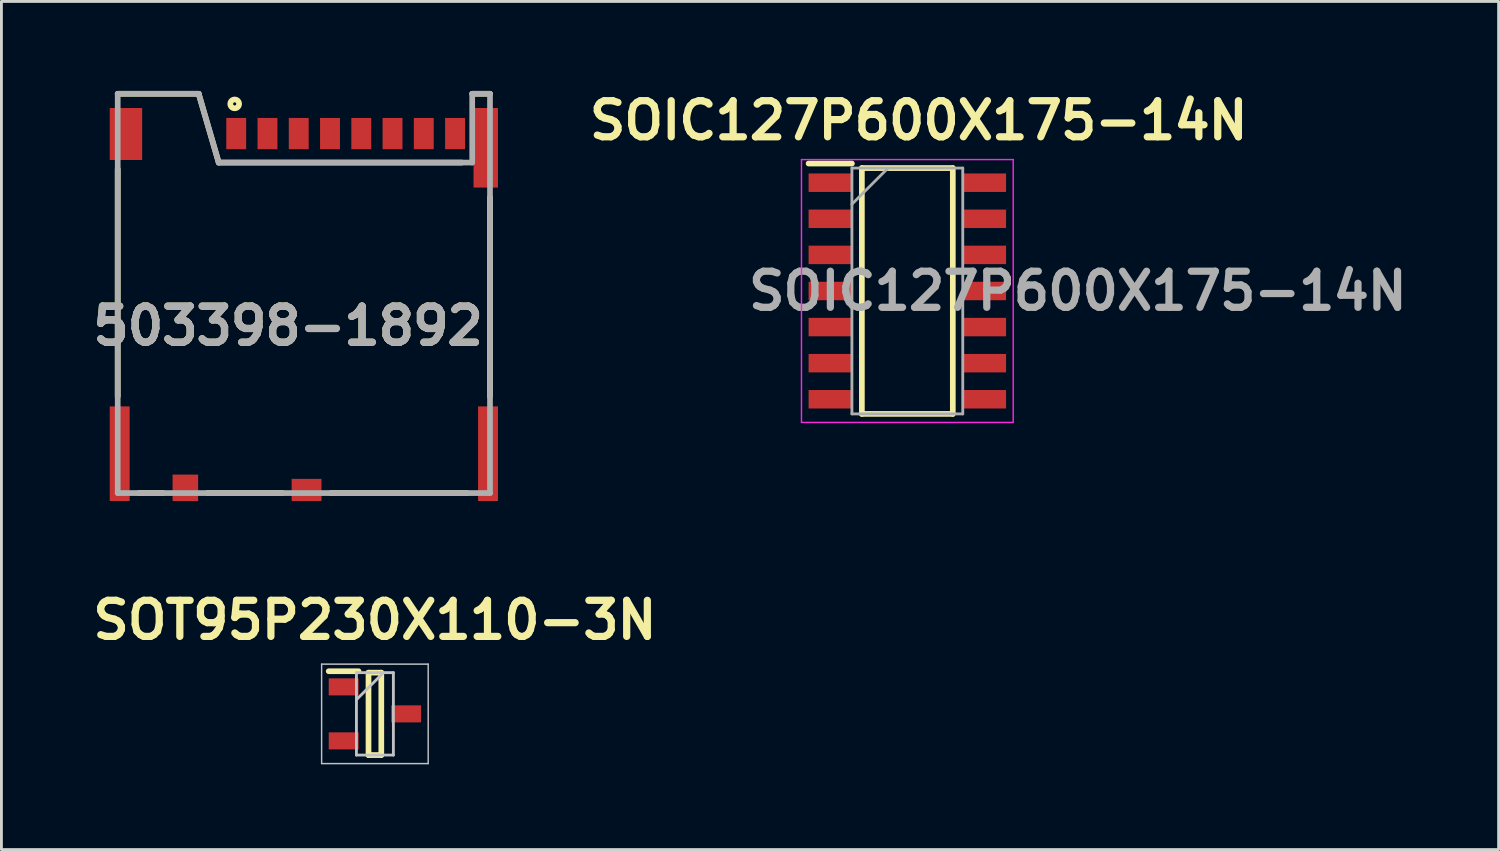
<source format=kicad_pcb>
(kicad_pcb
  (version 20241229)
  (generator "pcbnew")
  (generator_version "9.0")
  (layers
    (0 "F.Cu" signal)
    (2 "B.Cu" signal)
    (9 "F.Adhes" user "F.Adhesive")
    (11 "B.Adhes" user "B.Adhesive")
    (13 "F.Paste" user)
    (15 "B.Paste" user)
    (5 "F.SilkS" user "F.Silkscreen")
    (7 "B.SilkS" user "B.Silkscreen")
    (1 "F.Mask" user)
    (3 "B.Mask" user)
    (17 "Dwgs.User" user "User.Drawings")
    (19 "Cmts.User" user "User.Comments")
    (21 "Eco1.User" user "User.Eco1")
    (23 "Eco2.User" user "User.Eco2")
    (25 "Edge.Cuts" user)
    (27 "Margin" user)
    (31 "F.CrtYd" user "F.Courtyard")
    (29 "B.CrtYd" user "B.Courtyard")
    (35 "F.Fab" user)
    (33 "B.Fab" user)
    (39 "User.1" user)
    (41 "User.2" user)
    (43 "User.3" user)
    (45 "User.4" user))
  (footprint "SOT95P230X110-3N"
    (layer "F.Cu")
    (at 10.142 22.069)
    (property "Reference" "SOT95P230X110-3N" (at 0 -3.3 0) (layer "F.SilkS") (effects (font (size 1.27 1.27) (thickness 0.254))))
    (attr smd)
    (fp_line (start -1.625 -1.5) (end -0.575 -1.5) (stroke (width 0.2) (type solid)) (layer "F.SilkS"))
    (fp_line (start -0.225 -1.45) (end 0.225 -1.45) (stroke (width 0.2) (type solid)) (layer "F.SilkS"))
    (fp_line (start -0.225 1.45) (end -0.225 -1.45) (stroke (width 0.2) (type solid)) (layer "F.SilkS"))
    (fp_line (start 0.225 -1.45) (end 0.225 1.45) (stroke (width 0.2) (type solid)) (layer "F.SilkS"))
    (fp_line (start 0.225 1.45) (end -0.225 1.45) (stroke (width 0.2) (type solid)) (layer "F.SilkS"))
    (fp_line (start -1.875 -1.75) (end 1.875 -1.75) (stroke (width 0.05) (type solid)) (layer "Dwgs.User"))
    (fp_line (start -1.875 1.75) (end -1.875 -1.75) (stroke (width 0.05) (type solid)) (layer "Dwgs.User"))
    (fp_line (start -0.65 -1.45) (end 0.65 -1.45) (stroke (width 0.1) (type solid)) (layer "Dwgs.User"))
    (fp_line (start -0.65 -0.5) (end 0.3 -1.45) (stroke (width 0.1) (type solid)) (layer "Dwgs.User"))
    (fp_line (start -0.65 1.45) (end -0.65 -1.45) (stroke (width 0.1) (type solid)) (layer "Dwgs.User"))
    (fp_line (start 0.65 -1.45) (end 0.65 1.45) (stroke (width 0.1) (type solid)) (layer "Dwgs.User"))
    (fp_line (start 0.65 1.45) (end -0.65 1.45) (stroke (width 0.1) (type solid)) (layer "Dwgs.User"))
    (fp_line (start 1.875 -1.75) (end 1.875 1.75) (stroke (width 0.05) (type solid)) (layer "Dwgs.User"))
    (fp_line (start 1.875 1.75) (end -1.875 1.75) (stroke (width 0.05) (type solid)) (layer "Dwgs.User"))
    (pad "1" smd rect (at -1.1 -0.95 90) (size 0.6 1.05) (layers "F.Cu" "F.Mask" "F.Paste"))
    (pad "2" smd rect (at -1.1 0.95 90) (size 0.6 1.05) (layers "F.Cu" "F.Mask" "F.Paste"))
    (pad "3" smd rect (at 1.1 0 90) (size 0.6 1.05) (layers "F.Cu" "F.Mask" "F.Paste")))
  (footprint "503398-1892"
    (layer "F.Cu")
    (at 1.092 0.25)
    (property "Reference" "503398-1892" (at 5.996 8.167 0) (layer "F.SilkS") (effects (font (size 1.27 1.27) (thickness 0.254))))
    (attr smd)
    (fp_line (start 0 0) (end 2.849 0) (stroke (width 0.2) (type solid)) (layer "F.SilkS"))
    (fp_line (start 0 2.65) (end 0 10.648) (stroke (width 0.2) (type solid)) (layer "F.SilkS"))
    (fp_line (start 0.74 14.05) (end 1.6 14.05) (stroke (width 0.2) (type solid)) (layer "F.SilkS"))
    (fp_line (start 2.849 0) (end 3.554 2.42) (stroke (width 0.2) (type solid)) (layer "F.SilkS"))
    (fp_line (start 3.15 14.05) (end 5.8 14.05) (stroke (width 0.2) (type solid)) (layer "F.SilkS"))
    (fp_line (start 3.554 2.42) (end 12.109 2.42) (stroke (width 0.2) (type solid)) (layer "F.SilkS"))
    (fp_line (start 7.5 14.05) (end 12.3 14.05) (stroke (width 0.2) (type solid)) (layer "F.SilkS"))
    (fp_line (start 13.1 0) (end 12.474 0) (stroke (width 0.2) (type solid)) (layer "F.SilkS"))
    (fp_line (start 13.1 3.65) (end 13.1 10.65) (stroke (width 0.2) (type solid)) (layer "F.SilkS"))
    (fp_circle (center 4.116 0.356) (end 4.116 0.411) (stroke (width 0.2) (type solid)) (fill no) (layer "F.SilkS"))
    (fp_line (start 0 0) (end 0 14.05) (stroke (width 0.2) (type solid)) (layer "F.Fab"))
    (fp_line (start 0 0) (end 2.849 0) (stroke (width 0.2) (type solid)) (layer "F.Fab"))
    (fp_line (start 0 14.05) (end 13.1 14.05) (stroke (width 0.2) (type solid)) (layer "F.Fab"))
    (fp_line (start 2.849 0) (end 3.554 2.42) (stroke (width 0.2) (type solid)) (layer "F.Fab"))
    (fp_line (start 12.474 0) (end 12.474 2.42) (stroke (width 0.2) (type solid)) (layer "F.Fab"))
    (fp_line (start 12.474 2.42) (end 3.554 2.42) (stroke (width 0.2) (type solid)) (layer "F.Fab"))
    (fp_line (start 13.1 0) (end 12.474 0) (stroke (width 0.2) (type solid)) (layer "F.Fab"))
    (fp_line (start 13.1 14.05) (end 13.1 0) (stroke (width 0.2) (type solid)) (layer "F.Fab"))
    (fp_text user "${REFERENCE}" (at 5.996 8.167 0) (layer "F.Fab") (effects (font (size 1.27 1.27) (thickness 0.254))))
    (pad "1" smd rect (at 4.17 1.4) (size 0.7 1.1) (layers "F.Cu" "F.Mask" "F.Paste"))
    (pad "2" smd rect (at 5.27 1.4) (size 0.7 1.1) (layers "F.Cu" "F.Mask" "F.Paste"))
    (pad "3" smd rect (at 6.37 1.4) (size 0.7 1.1) (layers "F.Cu" "F.Mask" "F.Paste"))
    (pad "4" smd rect (at 7.47 1.4) (size 0.7 1.1) (layers "F.Cu" "F.Mask" "F.Paste"))
    (pad "5" smd rect (at 8.57 1.4) (size 0.7 1.1) (layers "F.Cu" "F.Mask" "F.Paste"))
    (pad "6" smd rect (at 9.67 1.4) (size 0.7 1.1) (layers "F.Cu" "F.Mask" "F.Paste"))
    (pad "7" smd rect (at 10.77 1.4) (size 0.7 1.1) (layers "F.Cu" "F.Mask" "F.Paste"))
    (pad "8" smd rect (at 11.87 1.4) (size 0.7 1.1) (layers "F.Cu" "F.Mask" "F.Paste"))
    (pad "9" smd rect (at 2.38 13.865) (size 0.9 0.93) (layers "F.Cu" "F.Mask" "F.Paste"))
    (pad "10" smd rect (at 6.645 13.94 90) (size 0.78 1.05) (layers "F.Cu" "F.Mask" "F.Paste"))
    (pad "11" smd rect (at 13.03 12.665) (size 0.7 3.33) (layers "F.Cu" "F.Mask" "F.Paste"))
    (pad "12" smd rect (at 12.95 1.9) (size 0.86 2.8) (layers "F.Cu" "F.Mask" "F.Paste"))
    (pad "13" smd rect (at 0.29 1.415) (size 1.14 1.83) (layers "F.Cu" "F.Mask" "F.Paste"))
    (pad "14" smd rect (at 0.07 12.665) (size 0.7 3.33) (layers "F.Cu" "F.Mask" "F.Paste")))
  (footprint "SOIC127P600X175-14N"
    (layer "F.Cu")
    (at 28.877 7.189)
    (property "Reference" "SOIC127P600X175-14N" (at 0.4 -6 0) (layer "F.SilkS") (effects (font (size 1.27 1.27) (thickness 0.254))))
    (attr smd)
    (fp_line (start -3.475 -4.485) (end -1.95 -4.485) (stroke (width 0.2) (type solid)) (layer "F.SilkS"))
    (fp_line (start -1.6 -4.325) (end 1.6 -4.325) (stroke (width 0.2) (type solid)) (layer "F.SilkS"))
    (fp_line (start -1.6 4.325) (end -1.6 -4.325) (stroke (width 0.2) (type solid)) (layer "F.SilkS"))
    (fp_line (start 1.6 -4.325) (end 1.6 4.325) (stroke (width 0.2) (type solid)) (layer "F.SilkS"))
    (fp_line (start 1.6 4.325) (end -1.6 4.325) (stroke (width 0.2) (type solid)) (layer "F.SilkS"))
    (fp_line (start -3.725 -4.625) (end 3.725 -4.625) (stroke (width 0.05) (type solid)) (layer "F.CrtYd"))
    (fp_line (start -3.725 4.625) (end -3.725 -4.625) (stroke (width 0.05) (type solid)) (layer "F.CrtYd"))
    (fp_line (start 3.725 -4.625) (end 3.725 4.625) (stroke (width 0.05) (type solid)) (layer "F.CrtYd"))
    (fp_line (start 3.725 4.625) (end -3.725 4.625) (stroke (width 0.05) (type solid)) (layer "F.CrtYd"))
    (fp_line (start -1.95 -4.325) (end 1.95 -4.325) (stroke (width 0.1) (type solid)) (layer "F.Fab"))
    (fp_line (start -1.95 -3.055) (end -0.68 -4.325) (stroke (width 0.1) (type solid)) (layer "F.Fab"))
    (fp_line (start -1.95 4.325) (end -1.95 -4.325) (stroke (width 0.1) (type solid)) (layer "F.Fab"))
    (fp_line (start 1.95 -4.325) (end 1.95 4.325) (stroke (width 0.1) (type solid)) (layer "F.Fab"))
    (fp_line (start 1.95 4.325) (end -1.95 4.325) (stroke (width 0.1) (type solid)) (layer "F.Fab"))
    (fp_text user "${REFERENCE}" (at 6 0 0) (layer "F.Fab") (effects (font (size 1.27 1.27) (thickness 0.254))))
    (pad "1" smd rect (at -2.712 -3.81 90) (size 0.65 1.525) (layers "F.Cu" "F.Mask" "F.Paste"))
    (pad "2" smd rect (at -2.712 -2.54 90) (size 0.65 1.525) (layers "F.Cu" "F.Mask" "F.Paste"))
    (pad "3" smd rect (at -2.712 -1.27 90) (size 0.65 1.525) (layers "F.Cu" "F.Mask" "F.Paste"))
    (pad "4" smd rect (at -2.712 0 90) (size 0.65 1.525) (layers "F.Cu" "F.Mask" "F.Paste"))
    (pad "5" smd rect (at -2.712 1.27 90) (size 0.65 1.525) (layers "F.Cu" "F.Mask" "F.Paste"))
    (pad "6" smd rect (at -2.712 2.54 90) (size 0.65 1.525) (layers "F.Cu" "F.Mask" "F.Paste"))
    (pad "7" smd rect (at -2.712 3.81 90) (size 0.65 1.525) (layers "F.Cu" "F.Mask" "F.Paste"))
    (pad "8" smd rect (at 2.712 3.81 90) (size 0.65 1.525) (layers "F.Cu" "F.Mask" "F.Paste"))
    (pad "9" smd rect (at 2.712 2.54 90) (size 0.65 1.525) (layers "F.Cu" "F.Mask" "F.Paste"))
    (pad "10" smd rect (at 2.712 1.27 90) (size 0.65 1.525) (layers "F.Cu" "F.Mask" "F.Paste"))
    (pad "11" smd rect (at 2.712 0 90) (size 0.65 1.525) (layers "F.Cu" "F.Mask" "F.Paste"))
    (pad "12" smd rect (at 2.712 -1.27 90) (size 0.65 1.525) (layers "F.Cu" "F.Mask" "F.Paste"))
    (pad "13" smd rect (at 2.712 -2.54 90) (size 0.65 1.525) (layers "F.Cu" "F.Mask" "F.Paste"))
    (pad "14" smd rect (at 2.712 -3.81 90) (size 0.65 1.525) (layers "F.Cu" "F.Mask" "F.Paste")))
  (gr_rect
    (start -3 -3)
    (end 49.682 26.844)
    (stroke (width 0.1) (type default))
    (fill no)
    (layer "Edge.Cuts")))
</source>
